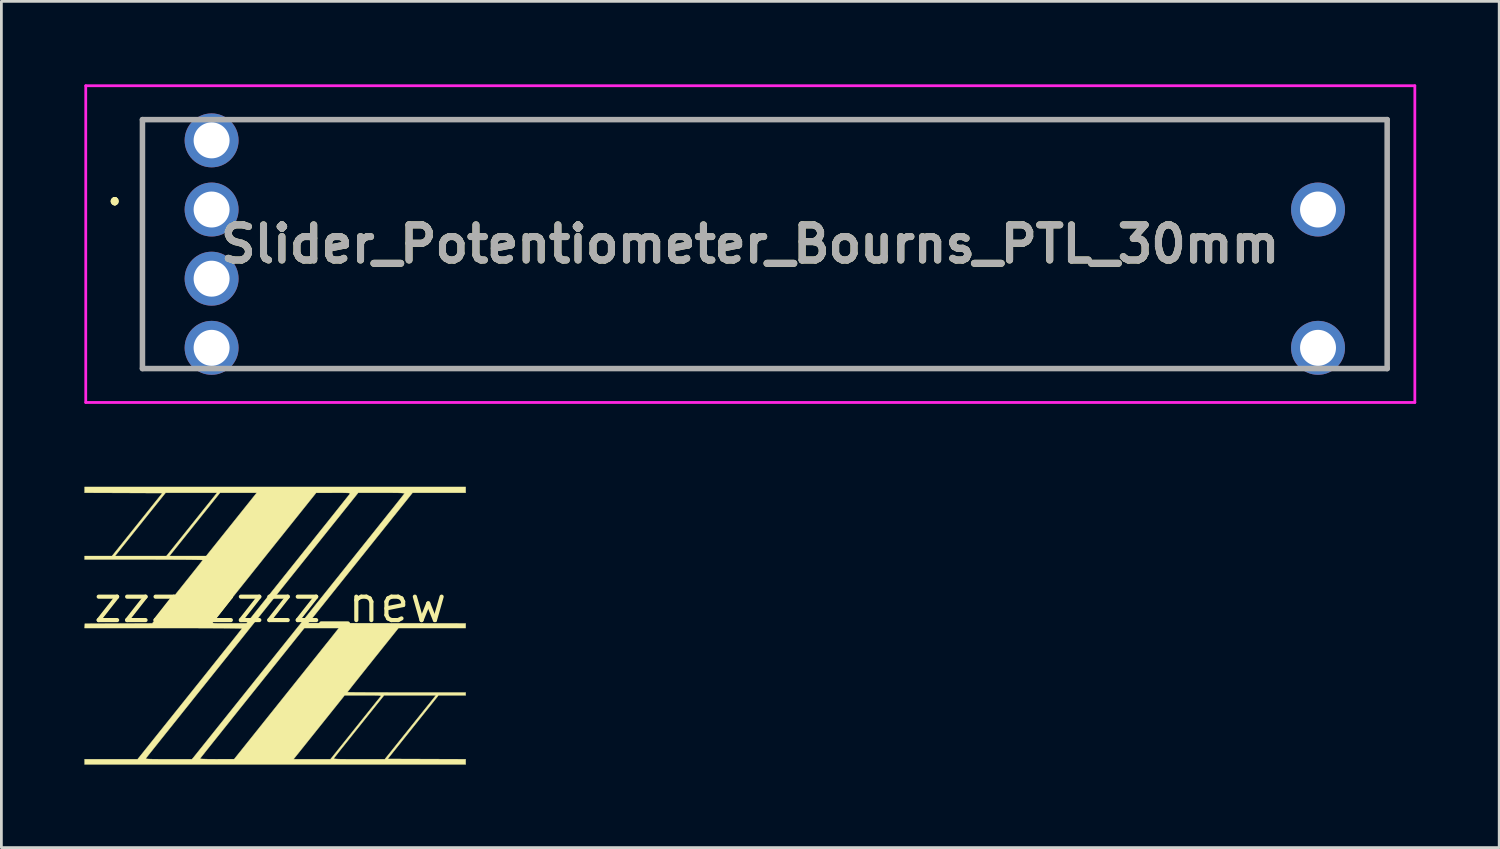
<source format=kicad_pcb>
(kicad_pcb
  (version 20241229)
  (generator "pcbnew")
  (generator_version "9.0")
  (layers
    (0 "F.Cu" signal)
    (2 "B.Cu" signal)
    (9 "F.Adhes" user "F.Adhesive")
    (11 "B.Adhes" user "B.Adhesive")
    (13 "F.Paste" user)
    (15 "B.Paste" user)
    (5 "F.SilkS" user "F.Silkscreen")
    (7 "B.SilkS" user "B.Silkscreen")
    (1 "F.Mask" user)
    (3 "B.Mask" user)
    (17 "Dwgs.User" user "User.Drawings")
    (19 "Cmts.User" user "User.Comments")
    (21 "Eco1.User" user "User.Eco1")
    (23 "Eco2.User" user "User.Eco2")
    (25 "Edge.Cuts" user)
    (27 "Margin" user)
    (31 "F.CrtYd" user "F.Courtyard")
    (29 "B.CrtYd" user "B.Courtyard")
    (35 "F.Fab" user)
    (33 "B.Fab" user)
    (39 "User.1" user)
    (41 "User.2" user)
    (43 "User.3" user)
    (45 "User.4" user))
  (footprint "zzzzzzzz_new"
    (layer "F.Cu")
    (at 6.717 18.788)
    (property "Reference" "zzzzzzzz_new" (at 0 0 0) (layer "F.SilkS") (effects (font (size 1.27 1.27) (thickness 0.15))))
    (attr through_hole)
    (fp_poly (pts (xy -2.844 -4.063) (xy -2.666 -4.062) (xy -2.501 -4.06) (xy -2.354 -4.058) (xy -2.233 -4.056) (xy -2.142 -4.052) (xy -2.099 -4.05) (xy -2.013 -4.042) (xy -1.961 -4.034) (xy -1.937 -4.023) (xy -1.931 -4.007) (xy -1.933 -3.997) (xy -1.948 -3.974) (xy -1.987 -3.921) (xy -2.048 -3.841) (xy -2.129 -3.736) (xy -2.228 -3.609) (xy -2.343 -3.463) (xy -2.471 -3.301) (xy -2.61 -3.126) (xy -2.758 -2.939) (xy -2.849 -2.826) (xy -3.755 -1.693) (xy -4.645 -1.696) (xy -4.836 -1.697) (xy -5.015 -1.698) (xy -5.177 -1.699) (xy -5.318 -1.701) (xy -5.432 -1.703) (xy -5.516 -1.705) (xy -5.564 -1.707) (xy -5.573 -1.708) (xy -5.602 -1.731) (xy -5.605 -1.751) (xy -5.591 -1.773) (xy -5.553 -1.825) (xy -5.492 -1.905) (xy -5.412 -2.009) (xy -5.313 -2.135) (xy -5.199 -2.28) (xy -5.072 -2.442) (xy -4.933 -2.618) (xy -4.784 -2.804) (xy -4.688 -2.924) (xy -3.778 -4.063) (xy -3.027 -4.064) (xy -2.844 -4.063)) (stroke (width 0.01) (type solid)) (fill yes) (layer "F.Mask"))
    (fp_poly (pts (xy 5.022 3.281) (xy 5.216 3.282) (xy 5.397 3.283) (xy 5.56 3.285) (xy 5.703 3.287) (xy 5.819 3.291) (xy 5.905 3.294) (xy 5.955 3.298) (xy 5.967 3.3) (xy 5.974 3.304) (xy 5.98 3.308) (xy 5.982 3.315) (xy 5.98 3.325) (xy 5.971 3.343) (xy 5.954 3.37) (xy 5.927 3.408) (xy 5.889 3.46) (xy 5.837 3.528) (xy 5.77 3.614) (xy 5.686 3.72) (xy 5.584 3.849) (xy 5.462 4.002) (xy 5.317 4.183) (xy 5.15 4.394) (xy 5.027 4.547) (xy 4.18 5.609) (xy 3.245 5.609) (xy 2.984 5.609) (xy 2.766 5.607) (xy 2.589 5.605) (xy 2.454 5.601) (xy 2.36 5.597) (xy 2.308 5.591) (xy 2.296 5.587) (xy 2.295 5.553) (xy 2.302 5.539) (xy 2.318 5.519) (xy 2.359 5.468) (xy 2.421 5.39) (xy 2.504 5.287) (xy 2.604 5.162) (xy 2.719 5.018) (xy 2.847 4.857) (xy 2.986 4.683) (xy 3.134 4.498) (xy 3.214 4.397) (xy 4.107 3.281) (xy 5.022 3.281)) (stroke (width 0.01) (type solid)) (fill yes) (layer "F.Mask"))
    (fp_poly (pts (xy 4.286 -4.063) (xy 4.488 -4.062) (xy 4.653 -4.059) (xy 4.777 -4.056) (xy 4.861 -4.051) (xy 4.905 -4.046) (xy 4.911 -4.043) (xy 4.898 -4.025) (xy 4.859 -3.975) (xy 4.796 -3.895) (xy 4.71 -3.785) (xy 4.602 -3.648) (xy 4.472 -3.484) (xy 4.322 -3.295) (xy 4.152 -3.082) (xy 3.965 -2.847) (xy 3.761 -2.59) (xy 3.54 -2.313) (xy 3.304 -2.018) (xy 3.055 -1.705) (xy 2.792 -1.376) (xy 2.518 -1.032) (xy 2.232 -0.675) (xy 1.937 -0.305) (xy 1.633 0.075) (xy 1.321 0.465) (xy 1.058 0.794) (xy -2.794 5.609) (xy -3.639 5.609) (xy -3.883 5.609) (xy -4.085 5.607) (xy -4.247 5.604) (xy -4.368 5.601) (xy -4.449 5.596) (xy -4.492 5.59) (xy -4.499 5.587) (xy -4.498 5.555) (xy -4.482 5.528) (xy -4.462 5.504) (xy -4.418 5.45) (xy -4.356 5.371) (xy -4.277 5.273) (xy -4.186 5.158) (xy -4.085 5.031) (xy -4.031 4.964) (xy -3.981 4.9) (xy -3.905 4.805) (xy -3.805 4.679) (xy -3.683 4.526) (xy -3.54 4.346) (xy -3.376 4.141) (xy -3.194 3.913) (xy -2.994 3.663) (xy -2.779 3.393) (xy -2.548 3.105) (xy -2.305 2.799) (xy -2.048 2.479) (xy -1.781 2.144) (xy -1.505 1.798) (xy -1.22 1.441) (xy -0.928 1.076) (xy -0.63 0.703) (xy -0.328 0.325) (xy -0.216 0.185) (xy 3.18 -4.064) (xy 4.045 -4.064) (xy 4.286 -4.063)) (stroke (width 0.01) (type solid)) (fill yes) (layer "F.Mask"))
    (fp_poly (pts (xy 7.07 -4.022) (xy 5.148 -4.022) (xy 3.264 -1.667) (xy 1.38 0.688) (xy 7.07 0.699) (xy 7.07 0.868) (xy 4.64 0.868) (xy 3.717 2.021) (xy 3.563 2.213) (xy 3.418 2.396) (xy 3.282 2.566) (xy 3.159 2.721) (xy 3.05 2.858) (xy 2.957 2.975) (xy 2.884 3.069) (xy 2.831 3.137) (xy 2.8 3.176) (xy 2.794 3.185) (xy 2.815 3.187) (xy 2.875 3.188) (xy 2.972 3.19) (xy 3.103 3.191) (xy 3.264 3.192) (xy 3.454 3.193) (xy 3.67 3.194) (xy 3.908 3.195) (xy 4.166 3.195) (xy 4.441 3.196) (xy 4.73 3.196) (xy 4.932 3.196) (xy 7.07 3.196) (xy 7.07 3.302) (xy 6.578 3.302) (xy 6.085 3.303) (xy 4.25 5.599) (xy 5.66 5.604) (xy 7.07 5.609) (xy 7.07 5.8) (xy -6.71 5.8) (xy -6.71 5.609) (xy -4.792 5.609) (xy -4.769 5.58) (xy -4.494 5.58) (xy -4.492 5.588) (xy -4.476 5.594) (xy -4.442 5.599) (xy -4.386 5.602) (xy -4.305 5.605) (xy -4.195 5.607) (xy -4.053 5.608) (xy -3.876 5.609) (xy -3.667 5.609) (xy -2.824 5.609) (xy 0.846 5.609) (xy 2.18 5.609) (xy 2.203 5.581) (xy 2.301 5.581) (xy 2.302 5.588) (xy 2.319 5.593) (xy 2.353 5.598) (xy 2.408 5.602) (xy 2.487 5.605) (xy 2.594 5.607) (xy 2.733 5.608) (xy 2.905 5.609) (xy 3.116 5.609) (xy 3.214 5.609) (xy 4.144 5.609) (xy 5.99 3.302) (xy 5.054 3.302) (xy 4.117 3.303) (xy 3.217 4.427) (xy 3.065 4.618) (xy 2.921 4.799) (xy 2.786 4.968) (xy 2.663 5.122) (xy 2.554 5.258) (xy 2.462 5.374) (xy 2.389 5.467) (xy 2.336 5.534) (xy 2.307 5.573) (xy 2.301 5.581) (xy 2.203 5.581) (xy 3.072 4.493) (xy 3.224 4.303) (xy 3.369 4.122) (xy 3.504 3.953) (xy 3.627 3.798) (xy 3.737 3.662) (xy 3.83 3.545) (xy 3.905 3.452) (xy 3.959 3.385) (xy 3.99 3.347) (xy 3.996 3.339) (xy 4.003 3.329) (xy 4.002 3.321) (xy 3.988 3.314) (xy 3.957 3.31) (xy 3.905 3.306) (xy 3.828 3.304) (xy 3.723 3.303) (xy 3.584 3.302) (xy 3.408 3.302) (xy 3.36 3.302) (xy 2.692 3.302) (xy 0.846 5.609) (xy -2.824 5.609) (xy -2.809 5.591) (xy -2.536 5.591) (xy -2.518 5.596) (xy -2.462 5.6) (xy -2.375 5.603) (xy -2.26 5.606) (xy -2.124 5.607) (xy -1.971 5.608) (xy -1.923 5.608) (xy -1.302 5.607) (xy 0.55 3.29) (xy 0.77 3.015) (xy 0.983 2.748) (xy 1.188 2.492) (xy 1.382 2.249) (xy 1.565 2.02) (xy 1.735 1.807) (xy 1.89 1.612) (xy 2.03 1.437) (xy 2.152 1.285) (xy 2.254 1.156) (xy 2.336 1.053) (xy 2.395 0.978) (xy 2.431 0.933) (xy 2.441 0.92) (xy 2.48 0.868) (xy 1.236 0.868) (xy -0.647 3.221) (xy -0.868 3.497) (xy -1.082 3.764) (xy -1.287 4.021) (xy -1.481 4.265) (xy -1.664 4.494) (xy -1.834 4.707) (xy -1.989 4.901) (xy -2.128 5.075) (xy -2.249 5.227) (xy -2.351 5.355) (xy -2.432 5.458) (xy -2.491 5.532) (xy -2.526 5.578) (xy -2.536 5.591) (xy -2.809 5.591) (xy 1.007 0.822) (xy 1.323 0.427) (xy 1.633 0.039) (xy 1.935 -0.338) (xy 2.228 -0.705) (xy 2.512 -1.059) (xy 2.784 -1.4) (xy 3.044 -1.725) (xy 3.291 -2.034) (xy 3.524 -2.326) (xy 3.742 -2.598) (xy 3.943 -2.85) (xy 4.127 -3.081) (xy 4.293 -3.289) (xy 4.44 -3.472) (xy 4.566 -3.63) (xy 4.67 -3.762) (xy 4.752 -3.865) (xy 4.811 -3.939) (xy 4.845 -3.982) (xy 4.854 -3.993) (xy 4.852 -4) (xy 4.836 -4.006) (xy 4.802 -4.011) (xy 4.746 -4.015) (xy 4.664 -4.018) (xy 4.555 -4.02) (xy 4.413 -4.021) (xy 4.236 -4.021) (xy 4.027 -4.022) (xy 3.183 -4.022) (xy -0.647 0.765) (xy -0.963 1.161) (xy -1.273 1.548) (xy -1.575 1.926) (xy -1.869 2.292) (xy -2.152 2.647) (xy -2.424 2.987) (xy -2.684 3.312) (xy -2.931 3.622) (xy -3.164 3.913) (xy -3.382 4.186) (xy -3.583 4.438) (xy -3.767 4.668) (xy -3.933 4.876) (xy -4.08 5.06) (xy -4.206 5.218) (xy -4.31 5.349) (xy -4.393 5.452) (xy -4.451 5.526) (xy -4.485 5.569) (xy -4.494 5.58) (xy -4.769 5.58) (xy -2.909 3.256) (xy -2.688 2.98) (xy -2.474 2.713) (xy -2.269 2.456) (xy -2.075 2.212) (xy -1.892 1.983) (xy -1.722 1.77) (xy -1.567 1.576) (xy -1.428 1.402) (xy -1.307 1.25) (xy -1.205 1.122) (xy -1.124 1.019) (xy -1.065 0.945) (xy -1.03 0.899) (xy -1.02 0.886) (xy -1.039 0.884) (xy -1.099 0.882) (xy -1.196 0.88) (xy -1.329 0.878) (xy -1.494 0.876) (xy -1.689 0.874) (xy -1.911 0.873) (xy -2.16 0.871) (xy -2.431 0.87) (xy -2.722 0.869) (xy -3.031 0.869) (xy -3.356 0.868) (xy -3.694 0.868) (xy -3.862 0.868) (xy -6.712 0.868) (xy -6.706 0.788) (xy -6.699 0.709) (xy -4.262 0.698) (xy -4.246 0.678) (xy -2.08 0.678) (xy -2.07 0.685) (xy -2.044 0.69) (xy -1.999 0.694) (xy -1.931 0.696) (xy -1.834 0.697) (xy -1.705 0.698) (xy -1.539 0.698) (xy -1.479 0.697) (xy -0.857 0.696) (xy 0.995 -1.621) (xy 1.214 -1.895) (xy 1.427 -2.161) (xy 1.631 -2.417) (xy 1.825 -2.66) (xy 2.008 -2.888) (xy 2.177 -3.1) (xy 2.332 -3.294) (xy 2.47 -3.468) (xy 2.591 -3.62) (xy 2.692 -3.747) (xy 2.773 -3.849) (xy 2.832 -3.923) (xy 2.867 -3.967) (xy 2.876 -3.98) (xy 2.883 -3.992) (xy 2.884 -4.001) (xy 2.874 -4.008) (xy 2.849 -4.014) (xy 2.804 -4.017) (xy 2.735 -4.019) (xy 2.638 -4.021) (xy 2.509 -4.021) (xy 2.343 -4.021) (xy 2.283 -4.021) (xy 1.662 -4.019) (xy -0.191 -1.703) (xy -0.41 -1.428) (xy -0.623 -1.162) (xy -0.827 -0.906) (xy -1.021 -0.663) (xy -1.203 -0.435) (xy -1.373 -0.223) (xy -1.527 -0.029) (xy -1.666 0.145) (xy -1.786 0.297) (xy -1.888 0.424) (xy -1.969 0.526) (xy -2.027 0.6) (xy -2.062 0.644) (xy -2.072 0.656) (xy -2.079 0.668) (xy -2.08 0.678) (xy -4.246 0.678) (xy -3.354 -0.437) (xy -3.201 -0.628) (xy -3.056 -0.81) (xy -2.921 -0.979) (xy -2.798 -1.133) (xy -2.69 -1.269) (xy -2.598 -1.385) (xy -2.525 -1.478) (xy -2.473 -1.544) (xy -2.443 -1.583) (xy -2.438 -1.591) (xy -2.457 -1.593) (xy -2.517 -1.596) (xy -2.613 -1.598) (xy -2.742 -1.6) (xy -2.903 -1.602) (xy -3.093 -1.604) (xy -3.307 -1.605) (xy -3.545 -1.606) (xy -3.802 -1.607) (xy -4.077 -1.608) (xy -4.365 -1.609) (xy -4.57 -1.609) (xy -6.71 -1.609) (xy -6.71 -1.736) (xy -5.719 -1.736) (xy -5.609 -1.736) (xy -3.751 -1.736) (xy -3.641 -1.736) (xy -2.316 -1.736) (xy -1.401 -2.879) (xy -0.487 -4.022) (xy -1.812 -4.022) (xy -2.726 -2.879) (xy -3.641 -1.736) (xy -3.751 -1.736) (xy -2.909 -2.789) (xy -2.76 -2.975) (xy -2.617 -3.154) (xy -2.483 -3.322) (xy -2.36 -3.476) (xy -2.25 -3.612) (xy -2.156 -3.729) (xy -2.081 -3.823) (xy -2.027 -3.89) (xy -1.997 -3.928) (xy -1.994 -3.932) (xy -1.921 -4.022) (xy -3.78 -4.022) (xy -4.695 -2.879) (xy -5.609 -1.736) (xy -5.719 -1.736) (xy -4.809 -2.873) (xy -3.899 -4.011) (xy -5.304 -4.017) (xy -6.71 -4.022) (xy -6.71 -4.233) (xy 7.07 -4.233) (xy 7.07 -4.022)) (stroke (width 0.01) (type solid)) (fill yes) (layer "F.SilkS")))
  (footprint "Slider_Potentiometer_Bourns_PTL_30mm"
    (layer "F.Cu")
    (at 4.6 4.525)
    (property "Reference" "Slider_Potentiometer_Bourns_PTL_30mm" (at 19.475 1.25 0) (layer "F.SilkS") (effects (font (size 1.27 1.27) (thickness 0.254))))
    (attr through_hole)
    (fp_line (start -3.5 -0.35) (end -3.5 -0.35) (stroke (width 0.2) (type solid)) (layer "F.SilkS"))
    (fp_line (start -3.5 -0.35) (end -3.5 -0.35) (stroke (width 0.2) (type solid)) (layer "F.SilkS"))
    (fp_line (start -3.5 -0.25) (end -3.5 -0.25) (stroke (width 0.2) (type solid)) (layer "F.SilkS"))
    (fp_line (start -2.5 -3.25) (end -2.5 -3.25) (stroke (width 0.1) (type solid)) (layer "F.SilkS"))
    (fp_line (start -2.5 -3.25) (end -2.5 -3.25) (stroke (width 0.1) (type solid)) (layer "F.SilkS"))
    (fp_line (start -2.5 -3.25) (end -2.5 5.75) (stroke (width 0.1) (type solid)) (layer "F.SilkS"))
    (fp_line (start -2.5 -3.25) (end -1.5 -3.25) (stroke (width 0.1) (type solid)) (layer "F.SilkS"))
    (fp_line (start -2.5 5.75) (end -2.5 -3.25) (stroke (width 0.1) (type solid)) (layer "F.SilkS"))
    (fp_line (start -2.5 5.75) (end -2.5 5.75) (stroke (width 0.1) (type solid)) (layer "F.SilkS"))
    (fp_line (start -2.5 5.75) (end -2.5 5.75) (stroke (width 0.1) (type solid)) (layer "F.SilkS"))
    (fp_line (start -2.5 5.75) (end -1.25 5.75) (stroke (width 0.1) (type solid)) (layer "F.SilkS"))
    (fp_line (start -1.5 -3.25) (end -2.5 -3.25) (stroke (width 0.1) (type solid)) (layer "F.SilkS"))
    (fp_line (start -1.5 -3.25) (end -1.5 -3.25) (stroke (width 0.1) (type solid)) (layer "F.SilkS"))
    (fp_line (start -1.25 5.75) (end -2.5 5.75) (stroke (width 0.1) (type solid)) (layer "F.SilkS"))
    (fp_line (start -1.25 5.75) (end -1.25 5.75) (stroke (width 0.1) (type solid)) (layer "F.SilkS"))
    (fp_line (start 1.25 5.75) (end 1.25 5.75) (stroke (width 0.1) (type solid)) (layer "F.SilkS"))
    (fp_line (start 1.25 5.75) (end 38.5 5.75) (stroke (width 0.1) (type solid)) (layer "F.SilkS"))
    (fp_line (start 1.5 -3.25) (end 1.5 -3.25) (stroke (width 0.1) (type solid)) (layer "F.SilkS"))
    (fp_line (start 1.5 -3.25) (end 42.5 -3.25) (stroke (width 0.1) (type solid)) (layer "F.SilkS"))
    (fp_line (start 38.5 5.75) (end 1.25 5.75) (stroke (width 0.1) (type solid)) (layer "F.SilkS"))
    (fp_line (start 38.5 5.75) (end 38.5 5.75) (stroke (width 0.1) (type solid)) (layer "F.SilkS"))
    (fp_line (start 41.25 5.75) (end 41.25 5.75) (stroke (width 0.1) (type solid)) (layer "F.SilkS"))
    (fp_line (start 41.25 5.75) (end 42.5 5.75) (stroke (width 0.1) (type solid)) (layer "F.SilkS"))
    (fp_line (start 42.5 -3.25) (end 1.5 -3.25) (stroke (width 0.1) (type solid)) (layer "F.SilkS"))
    (fp_line (start 42.5 -3.25) (end 42.5 -3.25) (stroke (width 0.1) (type solid)) (layer "F.SilkS"))
    (fp_line (start 42.5 -3.25) (end 42.5 -3.25) (stroke (width 0.1) (type solid)) (layer "F.SilkS"))
    (fp_line (start 42.5 -3.25) (end 42.5 5.75) (stroke (width 0.1) (type solid)) (layer "F.SilkS"))
    (fp_line (start 42.5 5.75) (end 41.25 5.75) (stroke (width 0.1) (type solid)) (layer "F.SilkS"))
    (fp_line (start 42.5 5.75) (end 42.5 -3.25) (stroke (width 0.1) (type solid)) (layer "F.SilkS"))
    (fp_line (start 42.5 5.75) (end 42.5 5.75) (stroke (width 0.1) (type solid)) (layer "F.SilkS"))
    (fp_line (start 42.5 5.75) (end 42.5 5.75) (stroke (width 0.1) (type solid)) (layer "F.SilkS"))
    (fp_arc (start -3.5 -0.35) (mid -3.45 -0.3) (end -3.5 -0.25) (stroke (width 0.2) (type solid)) (layer "F.SilkS"))
    (fp_arc (start -3.5 -0.25) (mid -3.55 -0.3) (end -3.5 -0.35) (stroke (width 0.2) (type solid)) (layer "F.SilkS"))
    (fp_arc (start -3.5 -0.25) (mid -3.55 -0.3) (end -3.5 -0.35) (stroke (width 0.2) (type solid)) (layer "F.SilkS"))
    (fp_line (start -4.55 -4.475) (end 43.5 -4.475) (stroke (width 0.1) (type solid)) (layer "F.CrtYd"))
    (fp_line (start -4.55 6.975) (end -4.55 -4.475) (stroke (width 0.1) (type solid)) (layer "F.CrtYd"))
    (fp_line (start 43.5 -4.475) (end 43.5 6.975) (stroke (width 0.1) (type solid)) (layer "F.CrtYd"))
    (fp_line (start 43.5 6.975) (end -4.55 6.975) (stroke (width 0.1) (type solid)) (layer "F.CrtYd"))
    (fp_line (start -2.5 -3.25) (end -2.5 5.75) (stroke (width 0.2) (type solid)) (layer "F.Fab"))
    (fp_line (start -2.5 5.75) (end 42.5 5.75) (stroke (width 0.2) (type solid)) (layer "F.Fab"))
    (fp_line (start 42.5 -3.25) (end -2.5 -3.25) (stroke (width 0.2) (type solid)) (layer "F.Fab"))
    (fp_line (start 42.5 5.75) (end 42.5 -3.25) (stroke (width 0.2) (type solid)) (layer "F.Fab"))
    (fp_text user "${REFERENCE}" (at 19.475 1.25 0) (layer "F.Fab") (effects (font (size 1.27 1.27) (thickness 0.254))))
    (pad "1" thru_hole circle (at 0 0) (size 1.95 1.95) (drill 1.3) (layers "*.Cu" "*.Mask"))
    (pad "2" thru_hole circle (at 0 -2.5) (size 1.95 1.95) (drill 1.3) (layers "*.Cu" "*.Mask"))
    (pad "3" thru_hole circle (at 40 0) (size 1.95 1.95) (drill 1.3) (layers "*.Cu" "*.Mask"))
    (pad "B1" thru_hole circle (at 40 5) (size 1.95 1.95) (drill 1.3) (layers "*.Cu" "*.Mask"))
    (pad "E1" thru_hole circle (at 0 5) (size 1.95 1.95) (drill 1.3) (layers "*.Cu" "*.Mask"))
    (pad "L1" thru_hole circle (at 0 2.5) (size 1.95 1.95) (drill 1.3) (layers "*.Cu" "*.Mask")))
  (gr_rect
    (start -3 -3)
    (end 51.15 27.593)
    (stroke (width 0.1) (type default))
    (fill no)
    (layer "Edge.Cuts")))
</source>
